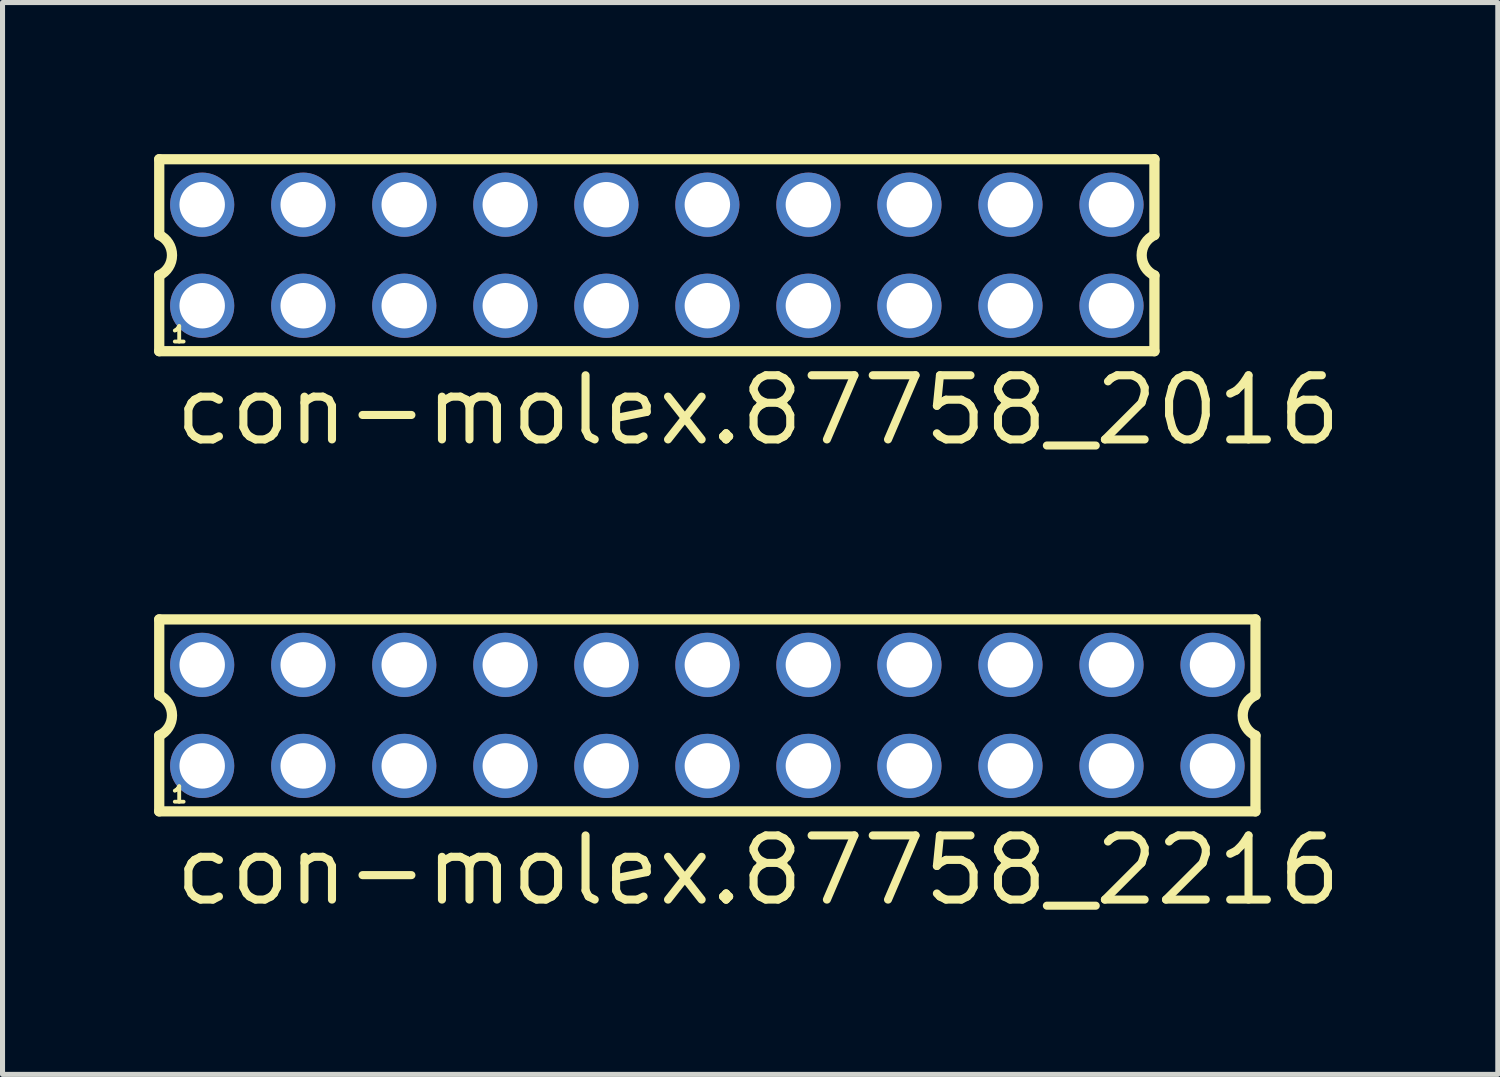
<source format=kicad_pcb>
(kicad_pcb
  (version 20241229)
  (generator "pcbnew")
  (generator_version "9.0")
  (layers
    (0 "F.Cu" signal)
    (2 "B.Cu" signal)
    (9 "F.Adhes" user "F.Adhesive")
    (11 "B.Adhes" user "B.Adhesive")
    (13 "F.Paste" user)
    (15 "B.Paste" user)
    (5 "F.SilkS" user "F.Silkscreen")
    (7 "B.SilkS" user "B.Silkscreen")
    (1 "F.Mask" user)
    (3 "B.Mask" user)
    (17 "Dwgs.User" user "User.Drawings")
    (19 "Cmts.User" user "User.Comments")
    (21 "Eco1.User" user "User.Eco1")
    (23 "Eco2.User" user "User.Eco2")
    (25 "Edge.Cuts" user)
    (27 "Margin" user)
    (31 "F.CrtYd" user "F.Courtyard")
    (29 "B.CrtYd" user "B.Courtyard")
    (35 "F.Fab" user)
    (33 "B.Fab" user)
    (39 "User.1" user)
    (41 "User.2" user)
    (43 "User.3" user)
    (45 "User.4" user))
  (footprint "con-molex.87758_2016"
    (layer "F.Cu")
    (at 9.952 2.002)
    (property "Reference" "con-molex.87758_2016" (at -9.62 3.81 0) (layer "F.SilkS") (effects (font (size 1.27 1.27) (thickness 0.16)) (justify left bottom)))
    (attr through_hole)
    (fp_line (start -9.85 -1.9) (end -9.85 -0.4) (stroke (width 0.203) (type default)) (layer "F.SilkS"))
    (fp_line (start -9.85 0.4) (end -9.85 1.9) (stroke (width 0.203) (type default)) (layer "F.SilkS"))
    (fp_line (start -9.85 1.9) (end 9.85 1.9) (stroke (width 0.203) (type default)) (layer "F.SilkS"))
    (fp_line (start 9.85 -1.9) (end -9.85 -1.9) (stroke (width 0.203) (type default)) (layer "F.SilkS"))
    (fp_line (start 9.85 -0.4) (end 9.85 -1.9) (stroke (width 0.203) (type default)) (layer "F.SilkS"))
    (fp_line (start 9.85 1.9) (end 9.85 0.4) (stroke (width 0.203) (type default)) (layer "F.SilkS"))
    (fp_arc (start -9.85 -0.4) (mid -9.597168 0) (end -9.85 0.4) (stroke (width 0.2032) (type default)) (layer "F.SilkS"))
    (fp_arc (start 9.85 0.4) (mid 9.597168 0) (end 9.85 -0.4) (stroke (width 0.2032) (type default)) (layer "F.SilkS"))
    (fp_rect (start -9.25 -0.75) (end -8.75 -1.25) (stroke (width 0.05) (type default)) (fill no) (layer "F.Fab"))
    (fp_rect (start -9.25 1.25) (end -8.75 0.75) (stroke (width 0.05) (type default)) (fill no) (layer "F.Fab"))
    (fp_rect (start -7.25 -0.75) (end -6.75 -1.25) (stroke (width 0.05) (type default)) (fill no) (layer "F.Fab"))
    (fp_rect (start -7.25 1.25) (end -6.75 0.75) (stroke (width 0.05) (type default)) (fill no) (layer "F.Fab"))
    (fp_rect (start -5.25 -0.75) (end -4.75 -1.25) (stroke (width 0.05) (type default)) (fill no) (layer "F.Fab"))
    (fp_rect (start -5.25 1.25) (end -4.75 0.75) (stroke (width 0.05) (type default)) (fill no) (layer "F.Fab"))
    (fp_rect (start -3.25 -0.75) (end -2.75 -1.25) (stroke (width 0.05) (type default)) (fill no) (layer "F.Fab"))
    (fp_rect (start -3.25 1.25) (end -2.75 0.75) (stroke (width 0.05) (type default)) (fill no) (layer "F.Fab"))
    (fp_rect (start -1.25 -0.75) (end -0.75 -1.25) (stroke (width 0.05) (type default)) (fill no) (layer "F.Fab"))
    (fp_rect (start -1.25 1.25) (end -0.75 0.75) (stroke (width 0.05) (type default)) (fill no) (layer "F.Fab"))
    (fp_rect (start 0.75 -0.75) (end 1.25 -1.25) (stroke (width 0.05) (type default)) (fill no) (layer "F.Fab"))
    (fp_rect (start 0.75 1.25) (end 1.25 0.75) (stroke (width 0.05) (type default)) (fill no) (layer "F.Fab"))
    (fp_rect (start 2.75 -0.75) (end 3.25 -1.25) (stroke (width 0.05) (type default)) (fill no) (layer "F.Fab"))
    (fp_rect (start 2.75 1.25) (end 3.25 0.75) (stroke (width 0.05) (type default)) (fill no) (layer "F.Fab"))
    (fp_rect (start 4.75 -0.75) (end 5.25 -1.25) (stroke (width 0.05) (type default)) (fill no) (layer "F.Fab"))
    (fp_rect (start 4.75 1.25) (end 5.25 0.75) (stroke (width 0.05) (type default)) (fill no) (layer "F.Fab"))
    (fp_rect (start 6.75 -0.75) (end 7.25 -1.25) (stroke (width 0.05) (type default)) (fill no) (layer "F.Fab"))
    (fp_rect (start 6.75 1.25) (end 7.25 0.75) (stroke (width 0.05) (type default)) (fill no) (layer "F.Fab"))
    (fp_rect (start 8.75 -0.75) (end 9.25 -1.25) (stroke (width 0.05) (type default)) (fill no) (layer "F.Fab"))
    (fp_rect (start 8.75 1.25) (end 9.25 0.75) (stroke (width 0.05) (type default)) (fill no) (layer "F.Fab"))
    (fp_text user "1" (at -9.65 1.75 0) (layer "F.SilkS") (effects (font (size 0.305 0.305) (thickness 0.15)) (justify left bottom)))
    (pad "1" thru_hole circle (at -9 1) (size 1.27 1.27) (drill 0.9) (layers "*.Cu" "*.Mask"))
    (pad "2" thru_hole circle (at -9 -1) (size 1.27 1.27) (drill 0.9) (layers "*.Cu" "*.Mask"))
    (pad "3" thru_hole circle (at -7 1) (size 1.27 1.27) (drill 0.9) (layers "*.Cu" "*.Mask"))
    (pad "4" thru_hole circle (at -7 -1) (size 1.27 1.27) (drill 0.9) (layers "*.Cu" "*.Mask"))
    (pad "5" thru_hole circle (at -5 1) (size 1.27 1.27) (drill 0.9) (layers "*.Cu" "*.Mask"))
    (pad "6" thru_hole circle (at -5 -1) (size 1.27 1.27) (drill 0.9) (layers "*.Cu" "*.Mask"))
    (pad "7" thru_hole circle (at -3 1) (size 1.27 1.27) (drill 0.9) (layers "*.Cu" "*.Mask"))
    (pad "8" thru_hole circle (at -3 -1) (size 1.27 1.27) (drill 0.9) (layers "*.Cu" "*.Mask"))
    (pad "9" thru_hole circle (at -1 1) (size 1.27 1.27) (drill 0.9) (layers "*.Cu" "*.Mask"))
    (pad "10" thru_hole circle (at -1 -1) (size 1.27 1.27) (drill 0.9) (layers "*.Cu" "*.Mask"))
    (pad "11" thru_hole circle (at 1 1) (size 1.27 1.27) (drill 0.9) (layers "*.Cu" "*.Mask"))
    (pad "12" thru_hole circle (at 1 -1) (size 1.27 1.27) (drill 0.9) (layers "*.Cu" "*.Mask"))
    (pad "13" thru_hole circle (at 3 1) (size 1.27 1.27) (drill 0.9) (layers "*.Cu" "*.Mask"))
    (pad "14" thru_hole circle (at 3 -1) (size 1.27 1.27) (drill 0.9) (layers "*.Cu" "*.Mask"))
    (pad "15" thru_hole circle (at 5 1) (size 1.27 1.27) (drill 0.9) (layers "*.Cu" "*.Mask"))
    (pad "16" thru_hole circle (at 5 -1) (size 1.27 1.27) (drill 0.9) (layers "*.Cu" "*.Mask"))
    (pad "17" thru_hole circle (at 7 1) (size 1.27 1.27) (drill 0.9) (layers "*.Cu" "*.Mask"))
    (pad "18" thru_hole circle (at 7 -1) (size 1.27 1.27) (drill 0.9) (layers "*.Cu" "*.Mask"))
    (pad "19" thru_hole circle (at 9 1) (size 1.27 1.27) (drill 0.9) (layers "*.Cu" "*.Mask"))
    (pad "20" thru_hole circle (at 9 -1) (size 1.27 1.27) (drill 0.9) (layers "*.Cu" "*.Mask")))
  (footprint "con-molex.87758_2216"
    (layer "F.Cu")
    (at 10.952 11.111)
    (property "Reference" "con-molex.87758_2216" (at -10.62 3.81 0) (layer "F.SilkS") (effects (font (size 1.27 1.27) (thickness 0.16)) (justify left bottom)))
    (attr through_hole)
    (fp_line (start -10.85 -1.9) (end -10.85 -0.4) (stroke (width 0.203) (type default)) (layer "F.SilkS"))
    (fp_line (start -10.85 0.4) (end -10.85 1.9) (stroke (width 0.203) (type default)) (layer "F.SilkS"))
    (fp_line (start -10.85 1.9) (end 10.85 1.9) (stroke (width 0.203) (type default)) (layer "F.SilkS"))
    (fp_line (start 10.85 -1.9) (end -10.85 -1.9) (stroke (width 0.203) (type default)) (layer "F.SilkS"))
    (fp_line (start 10.85 -0.4) (end 10.85 -1.9) (stroke (width 0.203) (type default)) (layer "F.SilkS"))
    (fp_line (start 10.85 1.9) (end 10.85 0.4) (stroke (width 0.203) (type default)) (layer "F.SilkS"))
    (fp_arc (start -10.85 -0.4) (mid -10.597168 0) (end -10.85 0.4) (stroke (width 0.2032) (type default)) (layer "F.SilkS"))
    (fp_arc (start 10.85 0.4) (mid 10.597168 0) (end 10.85 -0.4) (stroke (width 0.2032) (type default)) (layer "F.SilkS"))
    (fp_rect (start -10.25 -0.75) (end -9.75 -1.25) (stroke (width 0.05) (type default)) (fill no) (layer "F.Fab"))
    (fp_rect (start -10.25 1.25) (end -9.75 0.75) (stroke (width 0.05) (type default)) (fill no) (layer "F.Fab"))
    (fp_rect (start -8.25 -0.75) (end -7.75 -1.25) (stroke (width 0.05) (type default)) (fill no) (layer "F.Fab"))
    (fp_rect (start -8.25 1.25) (end -7.75 0.75) (stroke (width 0.05) (type default)) (fill no) (layer "F.Fab"))
    (fp_rect (start -6.25 -0.75) (end -5.75 -1.25) (stroke (width 0.05) (type default)) (fill no) (layer "F.Fab"))
    (fp_rect (start -6.25 1.25) (end -5.75 0.75) (stroke (width 0.05) (type default)) (fill no) (layer "F.Fab"))
    (fp_rect (start -4.25 -0.75) (end -3.75 -1.25) (stroke (width 0.05) (type default)) (fill no) (layer "F.Fab"))
    (fp_rect (start -4.25 1.25) (end -3.75 0.75) (stroke (width 0.05) (type default)) (fill no) (layer "F.Fab"))
    (fp_rect (start -2.25 -0.75) (end -1.75 -1.25) (stroke (width 0.05) (type default)) (fill no) (layer "F.Fab"))
    (fp_rect (start -2.25 1.25) (end -1.75 0.75) (stroke (width 0.05) (type default)) (fill no) (layer "F.Fab"))
    (fp_rect (start -0.25 -0.75) (end 0.25 -1.25) (stroke (width 0.05) (type default)) (fill no) (layer "F.Fab"))
    (fp_rect (start -0.25 1.25) (end 0.25 0.75) (stroke (width 0.05) (type default)) (fill no) (layer "F.Fab"))
    (fp_rect (start 1.75 -0.75) (end 2.25 -1.25) (stroke (width 0.05) (type default)) (fill no) (layer "F.Fab"))
    (fp_rect (start 1.75 1.25) (end 2.25 0.75) (stroke (width 0.05) (type default)) (fill no) (layer "F.Fab"))
    (fp_rect (start 3.75 -0.75) (end 4.25 -1.25) (stroke (width 0.05) (type default)) (fill no) (layer "F.Fab"))
    (fp_rect (start 3.75 1.25) (end 4.25 0.75) (stroke (width 0.05) (type default)) (fill no) (layer "F.Fab"))
    (fp_rect (start 5.75 -0.75) (end 6.25 -1.25) (stroke (width 0.05) (type default)) (fill no) (layer "F.Fab"))
    (fp_rect (start 5.75 1.25) (end 6.25 0.75) (stroke (width 0.05) (type default)) (fill no) (layer "F.Fab"))
    (fp_rect (start 7.75 -0.75) (end 8.25 -1.25) (stroke (width 0.05) (type default)) (fill no) (layer "F.Fab"))
    (fp_rect (start 7.75 1.25) (end 8.25 0.75) (stroke (width 0.05) (type default)) (fill no) (layer "F.Fab"))
    (fp_rect (start 9.75 -0.75) (end 10.25 -1.25) (stroke (width 0.05) (type default)) (fill no) (layer "F.Fab"))
    (fp_rect (start 9.75 1.25) (end 10.25 0.75) (stroke (width 0.05) (type default)) (fill no) (layer "F.Fab"))
    (fp_text user "1" (at -10.65 1.75 0) (layer "F.SilkS") (effects (font (size 0.305 0.305) (thickness 0.15)) (justify left bottom)))
    (pad "1" thru_hole circle (at -10 1) (size 1.27 1.27) (drill 0.9) (layers "*.Cu" "*.Mask"))
    (pad "2" thru_hole circle (at -10 -1) (size 1.27 1.27) (drill 0.9) (layers "*.Cu" "*.Mask"))
    (pad "3" thru_hole circle (at -8 1) (size 1.27 1.27) (drill 0.9) (layers "*.Cu" "*.Mask"))
    (pad "4" thru_hole circle (at -8 -1) (size 1.27 1.27) (drill 0.9) (layers "*.Cu" "*.Mask"))
    (pad "5" thru_hole circle (at -6 1) (size 1.27 1.27) (drill 0.9) (layers "*.Cu" "*.Mask"))
    (pad "6" thru_hole circle (at -6 -1) (size 1.27 1.27) (drill 0.9) (layers "*.Cu" "*.Mask"))
    (pad "7" thru_hole circle (at -4 1) (size 1.27 1.27) (drill 0.9) (layers "*.Cu" "*.Mask"))
    (pad "8" thru_hole circle (at -4 -1) (size 1.27 1.27) (drill 0.9) (layers "*.Cu" "*.Mask"))
    (pad "9" thru_hole circle (at -2 1) (size 1.27 1.27) (drill 0.9) (layers "*.Cu" "*.Mask"))
    (pad "10" thru_hole circle (at -2 -1) (size 1.27 1.27) (drill 0.9) (layers "*.Cu" "*.Mask"))
    (pad "11" thru_hole circle (at 0 1) (size 1.27 1.27) (drill 0.9) (layers "*.Cu" "*.Mask"))
    (pad "12" thru_hole circle (at 0 -1) (size 1.27 1.27) (drill 0.9) (layers "*.Cu" "*.Mask"))
    (pad "13" thru_hole circle (at 2 1) (size 1.27 1.27) (drill 0.9) (layers "*.Cu" "*.Mask"))
    (pad "14" thru_hole circle (at 2 -1) (size 1.27 1.27) (drill 0.9) (layers "*.Cu" "*.Mask"))
    (pad "15" thru_hole circle (at 4 1) (size 1.27 1.27) (drill 0.9) (layers "*.Cu" "*.Mask"))
    (pad "16" thru_hole circle (at 4 -1) (size 1.27 1.27) (drill 0.9) (layers "*.Cu" "*.Mask"))
    (pad "17" thru_hole circle (at 6 1) (size 1.27 1.27) (drill 0.9) (layers "*.Cu" "*.Mask"))
    (pad "18" thru_hole circle (at 6 -1) (size 1.27 1.27) (drill 0.9) (layers "*.Cu" "*.Mask"))
    (pad "19" thru_hole circle (at 8 1) (size 1.27 1.27) (drill 0.9) (layers "*.Cu" "*.Mask"))
    (pad "20" thru_hole circle (at 8 -1) (size 1.27 1.27) (drill 0.9) (layers "*.Cu" "*.Mask"))
    (pad "21" thru_hole circle (at 10 1) (size 1.27 1.27) (drill 0.9) (layers "*.Cu" "*.Mask"))
    (pad "22" thru_hole circle (at 10 -1) (size 1.27 1.27) (drill 0.9) (layers "*.Cu" "*.Mask")))
  (gr_rect
    (start -3 -3)
    (end 26.599 18.218)
    (stroke (width 0.1) (type default))
    (fill no)
    (layer "Edge.Cuts")))
</source>
